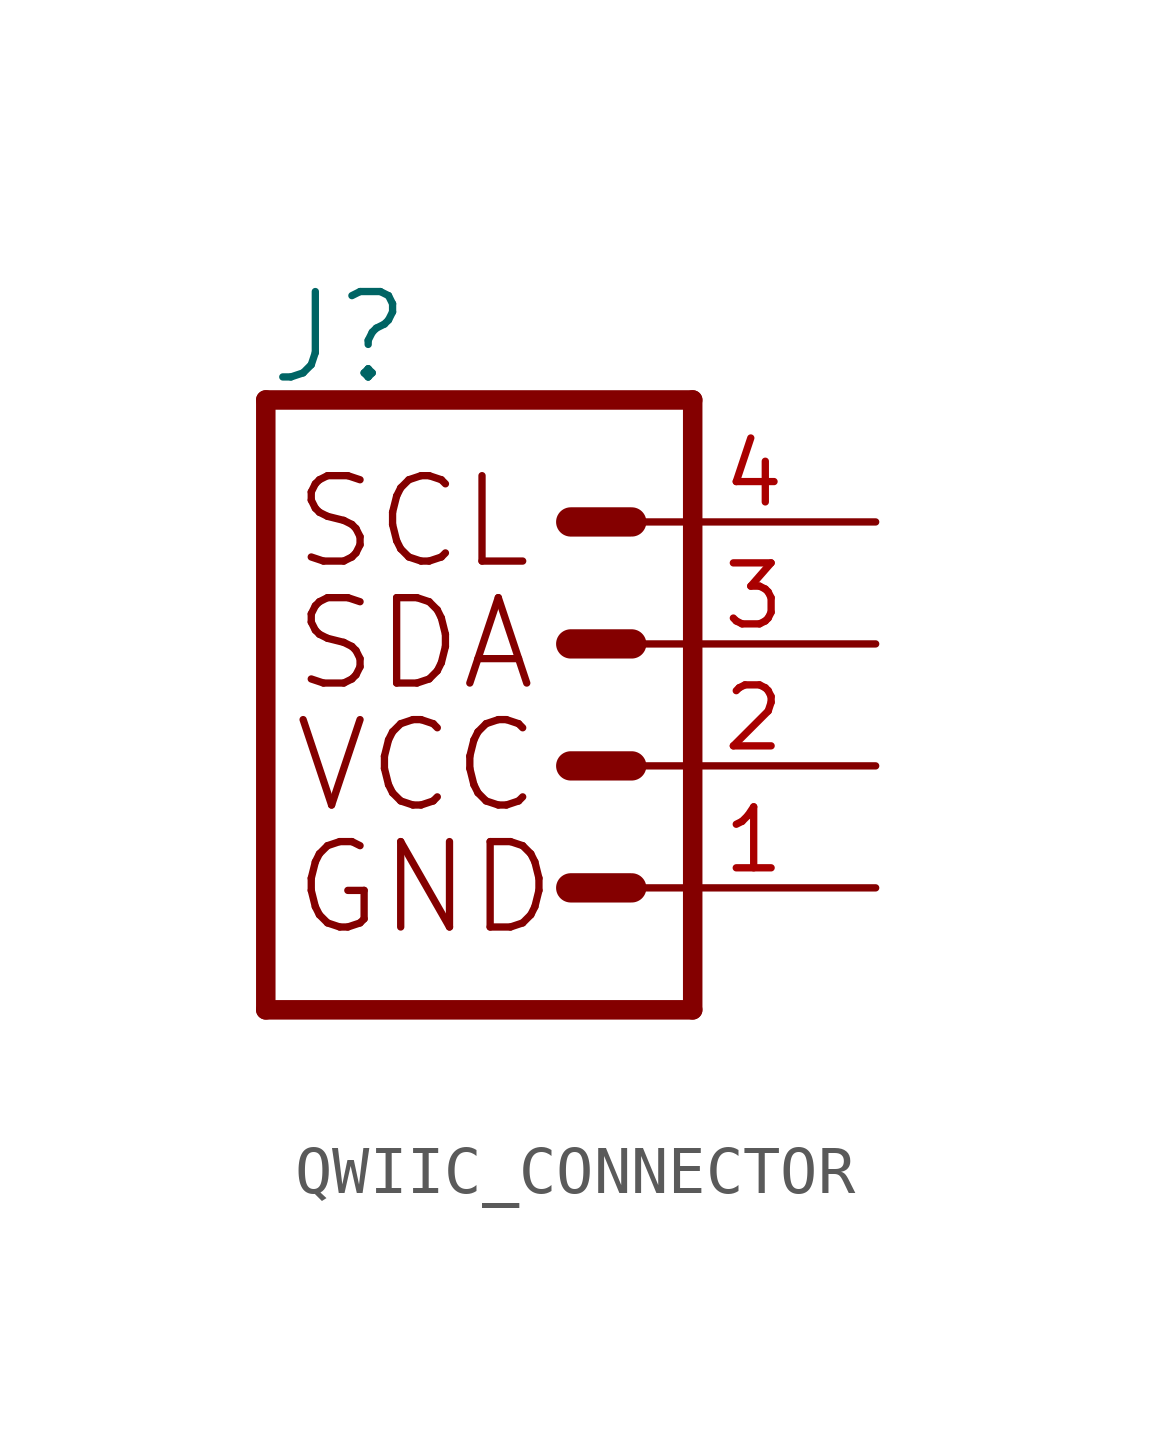
<source format=kicad_sym>
(kicad_symbol_lib
  (version 20241209)
  (generator "kicad_symbol_editor")
  (generator_version "9.0")
  (symbol "QWIIC_CONNECTOR"
    (property "Reference" "J"
      (at -5.08 7.874 0)
      (effects (font (size 1.778 1.778)) (justify left bottom)))
    (property "Value" ""
      (at -5.08 -5.334 0)
      (effects (font (size 1.778 1.778)) (justify left top)))
    (property "ki_locked" ""
      (at 0 0 0)
      (effects (font (size 1.27 1.27))))
    (symbol "QWIIC_CONNECTOR_1_0"
      (polyline (pts (xy -5.08 7.62) (xy -5.08 -5.08)) (stroke (width 0.406) (type solid)) (fill (type none)))
      (polyline (pts (xy -5.08 7.62) (xy 3.81 7.62)) (stroke (width 0.406) (type solid)) (fill (type none)))
      (polyline (pts (xy 1.27 5.08) (xy 2.54 5.08)) (stroke (width 0.61) (type solid)) (fill (type none)))
      (polyline (pts (xy 1.27 2.54) (xy 2.54 2.54)) (stroke (width 0.61) (type solid)) (fill (type none)))
      (polyline (pts (xy 1.27 0) (xy 2.54 0)) (stroke (width 0.61) (type solid)) (fill (type none)))
      (polyline (pts (xy 1.27 -2.54) (xy 2.54 -2.54)) (stroke (width 0.61) (type solid)) (fill (type none)))
      (polyline (pts (xy 3.81 -5.08) (xy -5.08 -5.08)) (stroke (width 0.406) (type solid)) (fill (type none)))
      (polyline (pts (xy 3.81 -5.08) (xy 3.81 7.62)) (stroke (width 0.406) (type solid)) (fill (type none)))
      (text "SCL" (at -4.572 5.08 0) (effects (font (size 1.778 1.778)) (justify left)))
      (text "SDA" (at -4.572 2.54 0) (effects (font (size 1.778 1.778)) (justify left)))
      (text "VCC" (at -4.572 0 0) (effects (font (size 1.778 1.778)) (justify left)))
      (text "GND" (at -4.572 -2.54 0) (effects (font (size 1.778 1.778)) (justify left)))
      (pin passive line (at 7.62 5.08 180) (length 5.08) (name "4" (effects (font (size 0 0)))) (number "4" (effects (font (size 1.27 1.27)))))
      (pin passive line (at 7.62 2.54 180) (length 5.08) (name "3" (effects (font (size 0 0)))) (number "3" (effects (font (size 1.27 1.27)))))
      (pin power_in line (at 7.62 0 180) (length 5.08) (name "2" (effects (font (size 0 0)))) (number "2" (effects (font (size 1.27 1.27)))))
      (pin power_in line (at 7.62 -2.54 180) (length 5.08) (name "1" (effects (font (size 0 0)))) (number "1" (effects (font (size 1.27 1.27))))))))
</source>
